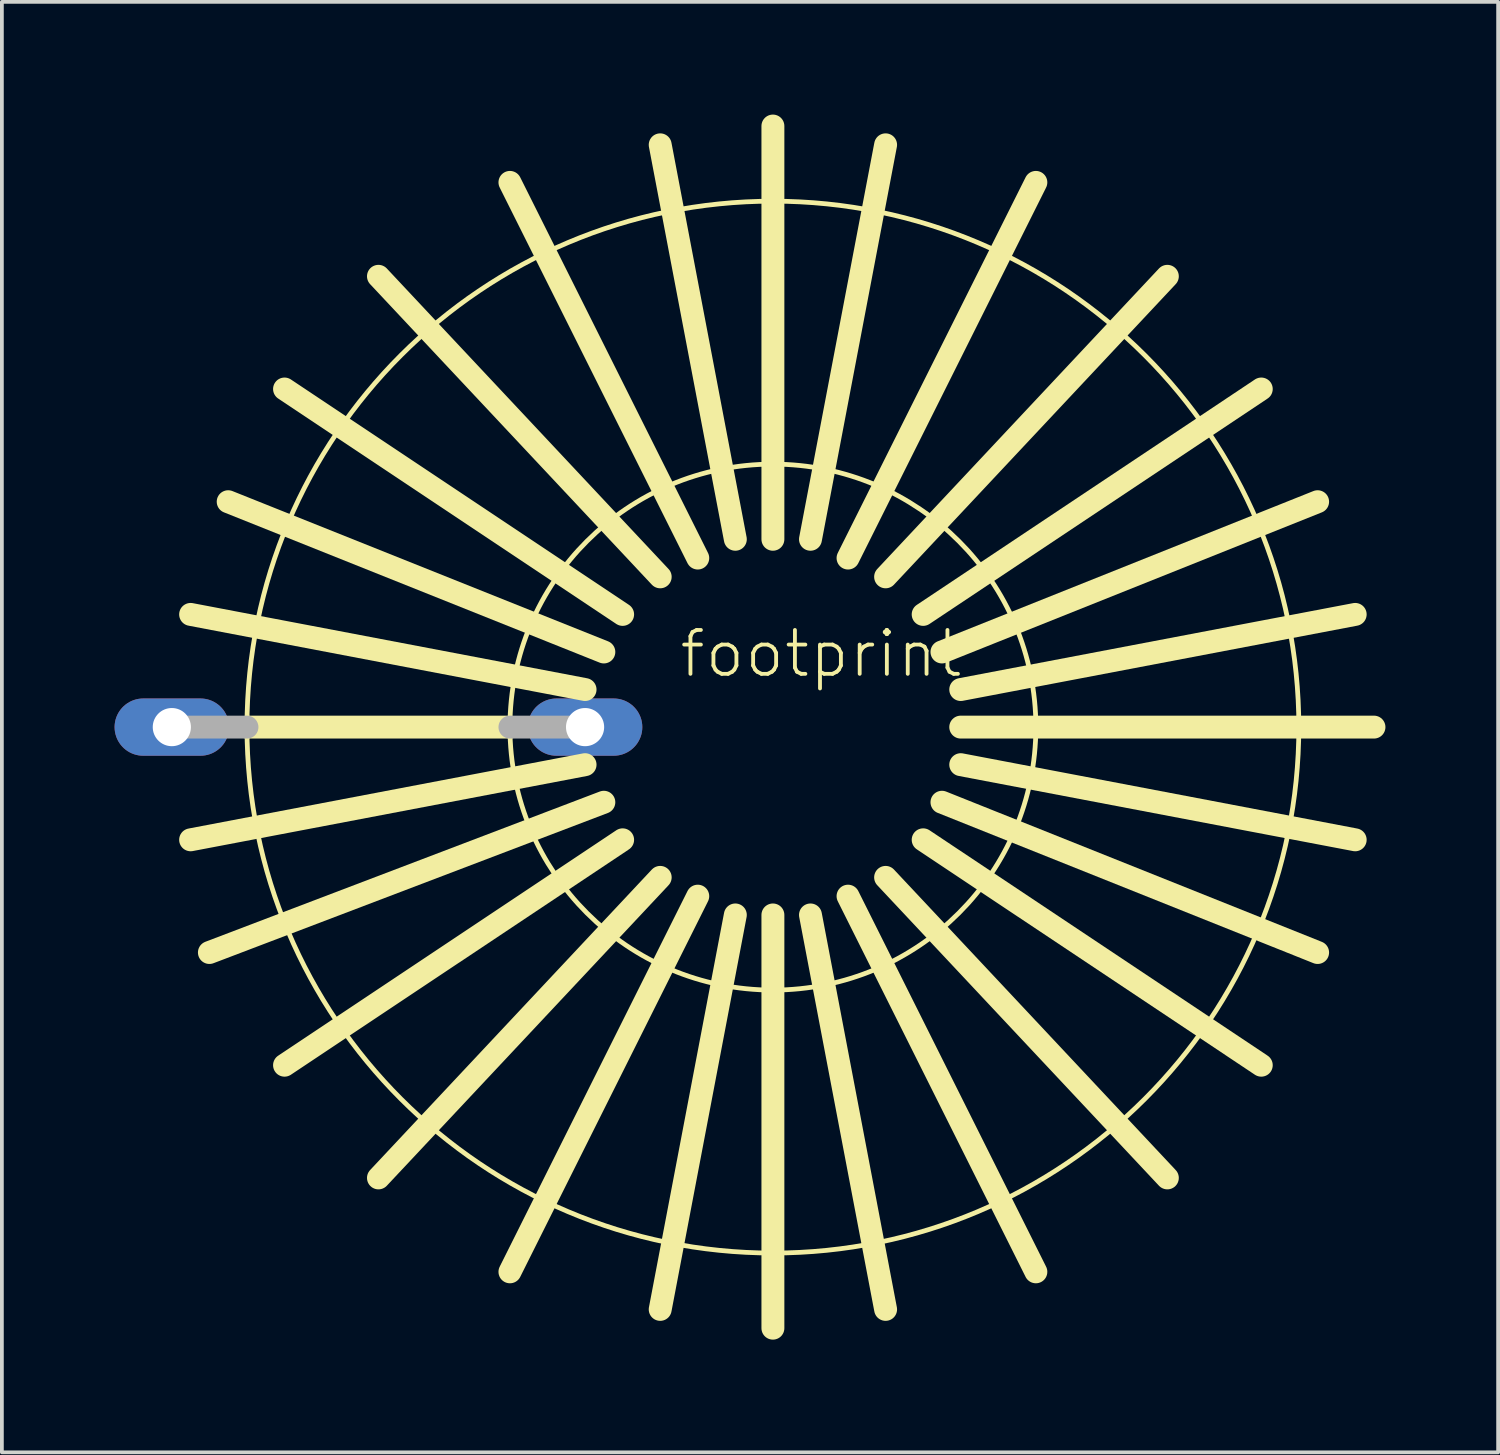
<source format=kicad_pcb>
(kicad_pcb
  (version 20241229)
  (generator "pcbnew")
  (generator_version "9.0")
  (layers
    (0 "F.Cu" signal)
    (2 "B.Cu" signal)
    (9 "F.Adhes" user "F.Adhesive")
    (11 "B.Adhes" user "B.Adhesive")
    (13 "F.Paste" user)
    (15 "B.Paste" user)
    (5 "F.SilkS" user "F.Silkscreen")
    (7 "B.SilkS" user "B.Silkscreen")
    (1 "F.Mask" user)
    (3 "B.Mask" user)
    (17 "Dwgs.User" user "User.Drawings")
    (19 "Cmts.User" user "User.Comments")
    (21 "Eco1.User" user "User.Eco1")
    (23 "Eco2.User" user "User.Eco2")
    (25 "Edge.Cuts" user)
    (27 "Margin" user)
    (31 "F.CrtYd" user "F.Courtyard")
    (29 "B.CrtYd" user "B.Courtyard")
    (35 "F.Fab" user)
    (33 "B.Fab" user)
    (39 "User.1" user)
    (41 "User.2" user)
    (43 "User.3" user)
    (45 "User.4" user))
  (footprint "footprint"
    (layer "F.Cu")
    (at 17.524 16.305)
    (property "Reference" "footprint" (at -2.54 -1.27 0) (layer "F.SilkS") (effects (font (size 1.168 1.168) (thickness 0.102)) (justify left bottom)))
    (fp_line (start -14 0) (end -7 0) (stroke (width 0.61) (type solid)) (layer "F.SilkS"))
    (fp_line (start -10.5 12) (end -3 4) (stroke (width 0.61) (type solid)) (layer "F.SilkS"))
    (fp_line (start -7 14.5) (end -2 4.5) (stroke (width 0.61) (type solid)) (layer "F.SilkS"))
    (fp_line (start -5 -1) (end -15.5 -3) (stroke (width 0.61) (type solid)) (layer "F.SilkS"))
    (fp_line (start -5 1) (end -15.5 3) (stroke (width 0.61) (type solid)) (layer "F.SilkS"))
    (fp_line (start -4.5 -2) (end -14.5 -6) (stroke (width 0.61) (type solid)) (layer "F.SilkS"))
    (fp_line (start -4.5 2) (end -15 6) (stroke (width 0.61) (type solid)) (layer "F.SilkS"))
    (fp_line (start -4 -3) (end -13 -9) (stroke (width 0.61) (type solid)) (layer "F.SilkS"))
    (fp_line (start -4 3) (end -13 9) (stroke (width 0.61) (type solid)) (layer "F.SilkS"))
    (fp_line (start -3 -4) (end -10.5 -12) (stroke (width 0.61) (type solid)) (layer "F.SilkS"))
    (fp_line (start -2 -4.5) (end -7 -14.5) (stroke (width 0.61) (type solid)) (layer "F.SilkS"))
    (fp_line (start -1 -5) (end -3 -15.5) (stroke (width 0.61) (type solid)) (layer "F.SilkS"))
    (fp_line (start -1 5) (end -3 15.5) (stroke (width 0.61) (type solid)) (layer "F.SilkS"))
    (fp_line (start 0 -5) (end 0 -16) (stroke (width 0.61) (type solid)) (layer "F.SilkS"))
    (fp_line (start 0 5) (end 0 16) (stroke (width 0.61) (type solid)) (layer "F.SilkS"))
    (fp_line (start 1 -5) (end 3 -15.5) (stroke (width 0.61) (type solid)) (layer "F.SilkS"))
    (fp_line (start 2 -4.5) (end 7 -14.5) (stroke (width 0.61) (type solid)) (layer "F.SilkS"))
    (fp_line (start 2 4.5) (end 7 14.5) (stroke (width 0.61) (type solid)) (layer "F.SilkS"))
    (fp_line (start 3 4) (end 10.5 12) (stroke (width 0.61) (type solid)) (layer "F.SilkS"))
    (fp_line (start 3 15.5) (end 1 5) (stroke (width 0.61) (type solid)) (layer "F.SilkS"))
    (fp_line (start 4 3) (end 13 9) (stroke (width 0.61) (type solid)) (layer "F.SilkS"))
    (fp_line (start 4.5 2) (end 14.5 6) (stroke (width 0.61) (type solid)) (layer "F.SilkS"))
    (fp_line (start 5 -1) (end 15.5 -3) (stroke (width 0.61) (type solid)) (layer "F.SilkS"))
    (fp_line (start 10.5 -12) (end 3 -4) (stroke (width 0.61) (type solid)) (layer "F.SilkS"))
    (fp_line (start 13 -9) (end 4 -3) (stroke (width 0.61) (type solid)) (layer "F.SilkS"))
    (fp_line (start 14.5 -6) (end 4.5 -2) (stroke (width 0.61) (type solid)) (layer "F.SilkS"))
    (fp_line (start 15.5 3) (end 5 1) (stroke (width 0.61) (type solid)) (layer "F.SilkS"))
    (fp_line (start 16 0) (end 5 0) (stroke (width 0.61) (type solid)) (layer "F.SilkS"))
    (fp_circle (center 0 0) (end 7 0) (stroke (width 0.127) (type solid)) (fill no) (layer "F.SilkS"))
    (fp_circle (center 0 0) (end 14 0) (stroke (width 0.127) (type solid)) (fill no) (layer "F.SilkS"))
    (fp_line (start -16 0) (end -14 0) (stroke (width 0.61) (type solid)) (layer "F.Fab"))
    (fp_line (start -7 0) (end -5 0) (stroke (width 0.61) (type solid)) (layer "F.Fab"))
    (pad "1" thru_hole oval (at -16 0) (size 3.048 1.524) (drill 1.016) (layers "*.Cu" "*.Mask"))
    (pad "2" thru_hole oval (at -5 0) (size 3.048 1.524) (drill 1.016) (layers "*.Cu" "*.Mask")))
  (gr_rect
    (start -3 -3)
    (end 36.829 35.61)
    (stroke (width 0.1) (type default))
    (fill no)
    (layer "Edge.Cuts")))
</source>
